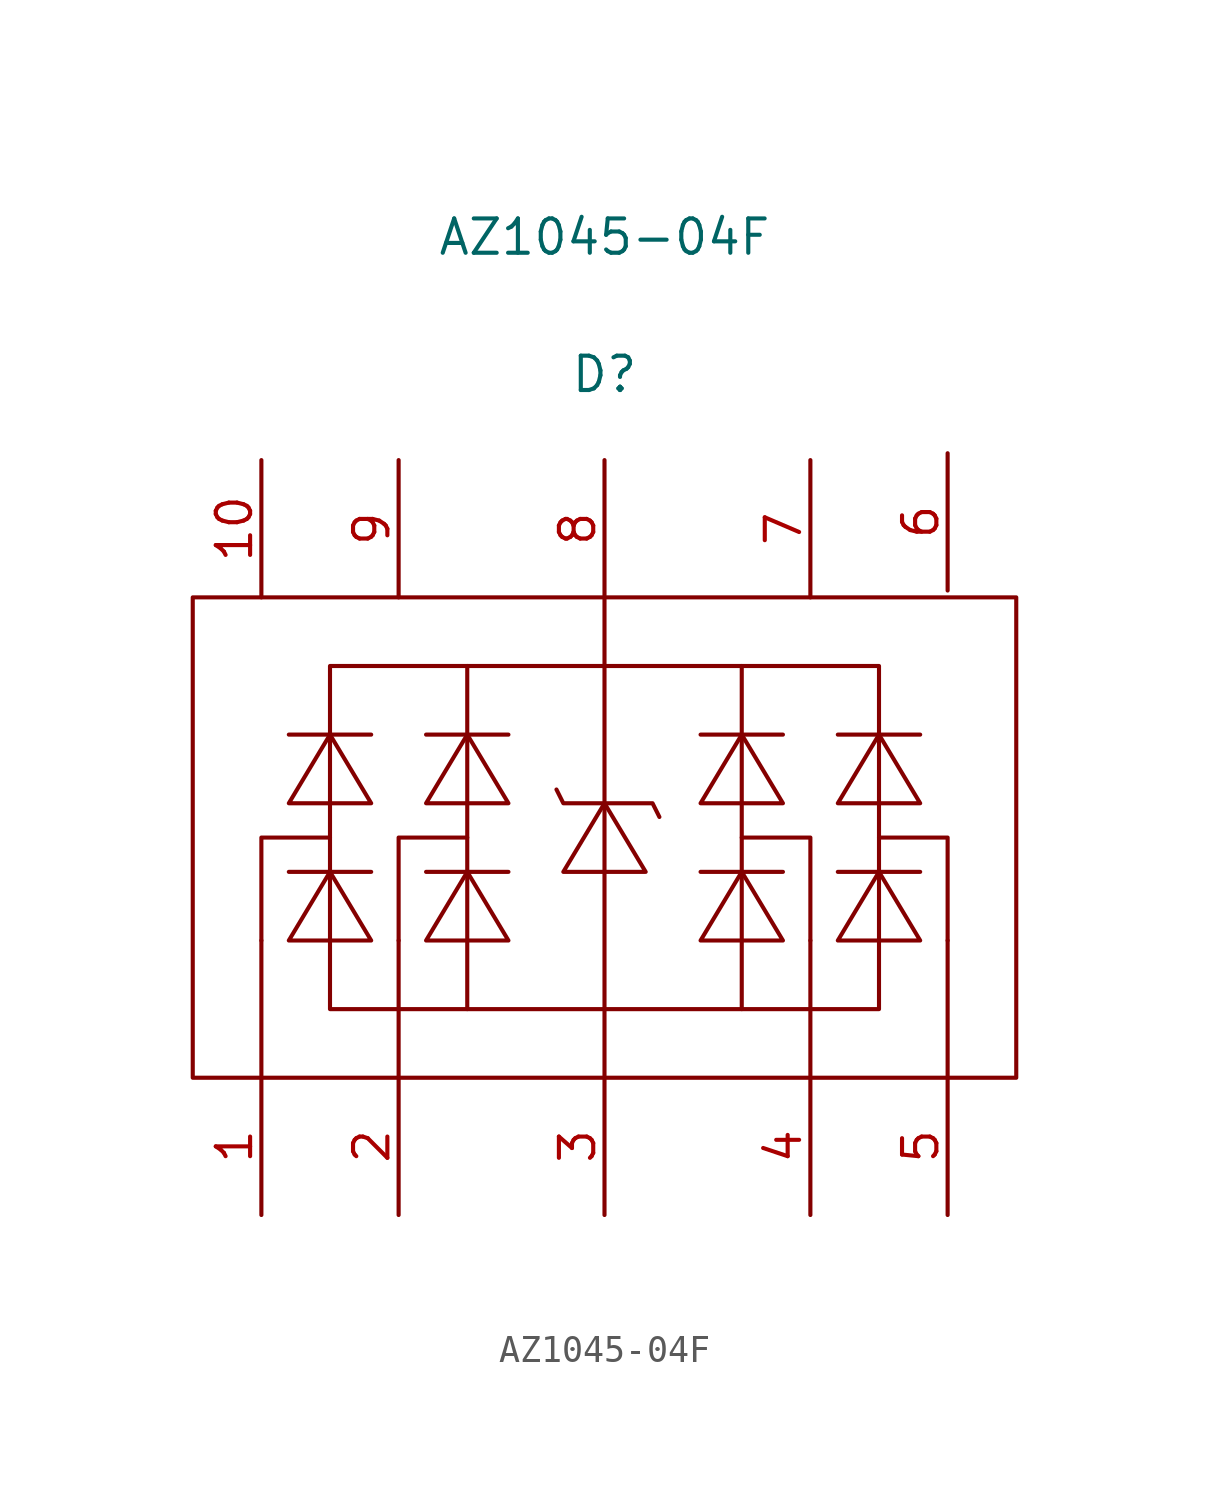
<source format=kicad_sym>
(kicad_symbol_lib
  (version 20231120)
  (generator "kicad_symbol_editor")
  (generator_version "8.0")
  (symbol "AZ1045-04F"
    (pin_names
      (offset 1.016) hide)
    (property "Reference" "D"
      (at 0 15.875 0)
      (effects (font (size 1.27 1.27))))
    (property "Value" "AZ1045-04F"
      (at 0 20.955 0)
      (effects (font (size 1.27 1.27))))
    (symbol "AZ1045-04F_1_1"
      (rectangle (start -15.24 7.62) (end 15.24 -10.16) (stroke (width 0.152) (type solid)) (fill (type none)))
      (polyline (pts (xy -12.7 -5.08) (xy -12.7 -10.16)) (stroke (width 0.152) (type solid)) (fill (type none)))
      (polyline (pts (xy -11.684 -2.54) (xy -8.636 -2.54)) (stroke (width 0.152) (type solid)) (fill (type none)))
      (polyline (pts (xy -11.684 2.54) (xy -8.636 2.54)) (stroke (width 0.152) (type solid)) (fill (type none)))
      (polyline (pts (xy -7.62 -5.08) (xy -7.62 -10.16)) (stroke (width 0.152) (type solid)) (fill (type none)))
      (polyline (pts (xy -6.604 -2.54) (xy -3.556 -2.54)) (stroke (width 0.152) (type solid)) (fill (type none)))
      (polyline (pts (xy -6.604 2.54) (xy -3.556 2.54)) (stroke (width 0.152) (type solid)) (fill (type none)))
      (polyline (pts (xy -5.08 5.08) (xy -5.08 -7.62)) (stroke (width 0.152) (type solid)) (fill (type none)))
      (polyline (pts (xy 0 -7.62) (xy 0 -10.16)) (stroke (width 0.152) (type solid)) (fill (type none)))
      (polyline (pts (xy 0 5.08) (xy 0 -7.62)) (stroke (width 0.152) (type solid)) (fill (type none)))
      (polyline (pts (xy 0 5.08) (xy 0 7.62)) (stroke (width 0.152) (type solid)) (fill (type none)))
      (polyline (pts (xy 3.556 -2.54) (xy 6.604 -2.54)) (stroke (width 0.152) (type solid)) (fill (type none)))
      (polyline (pts (xy 3.556 2.54) (xy 6.604 2.54)) (stroke (width 0.152) (type solid)) (fill (type none)))
      (polyline (pts (xy 5.08 5.08) (xy 5.08 -7.62)) (stroke (width 0.152) (type solid)) (fill (type none)))
      (polyline (pts (xy 7.62 -5.08) (xy 7.62 -10.16)) (stroke (width 0.152) (type solid)) (fill (type none)))
      (polyline (pts (xy 8.636 -2.54) (xy 11.684 -2.54)) (stroke (width 0.152) (type solid)) (fill (type none)))
      (polyline (pts (xy 8.636 2.54) (xy 11.684 2.54)) (stroke (width 0.152) (type solid)) (fill (type none)))
      (polyline (pts (xy 12.7 -5.08) (xy 12.7 -10.16)) (stroke (width 0.152) (type solid)) (fill (type none)))
      (polyline (pts (xy -10.16 -1.27) (xy -12.7 -1.27) (xy -12.7 -5.08)) (stroke (width 0.152) (type solid)) (fill (type none)))
      (polyline (pts (xy -5.08 -1.27) (xy -7.62 -1.27) (xy -7.62 -5.08)) (stroke (width 0.152) (type solid)) (fill (type none)))
      (polyline (pts (xy 5.08 -1.27) (xy 7.62 -1.27) (xy 7.62 -5.08)) (stroke (width 0.152) (type solid)) (fill (type none)))
      (polyline (pts (xy 10.16 -1.27) (xy 12.7 -1.27) (xy 12.7 -5.08)) (stroke (width 0.152) (type solid)) (fill (type none)))
      (polyline (pts (xy -8.636 -5.08) (xy -10.16 -2.54) (xy -11.684 -5.08) (xy -8.636 -5.08)) (stroke (width 0.152) (type solid)) (fill (type none)))
      (polyline (pts (xy -8.636 0) (xy -10.16 2.54) (xy -11.684 0) (xy -8.636 0)) (stroke (width 0.152) (type solid)) (fill (type none)))
      (polyline (pts (xy -3.556 -5.08) (xy -5.08 -2.54) (xy -6.604 -5.08) (xy -3.556 -5.08)) (stroke (width 0.152) (type solid)) (fill (type none)))
      (polyline (pts (xy -3.556 0) (xy -5.08 2.54) (xy -6.604 0) (xy -3.556 0)) (stroke (width 0.152) (type solid)) (fill (type none)))
      (polyline (pts (xy 1.524 -2.54) (xy 0 0) (xy -1.524 -2.54) (xy 1.524 -2.54)) (stroke (width 0.152) (type solid)) (fill (type none)))
      (polyline (pts (xy 2.032 -0.508) (xy 1.778 0) (xy -1.524 0) (xy -1.778 0.508)) (stroke (width 0.152) (type solid)) (fill (type none)))
      (polyline (pts (xy 6.604 -5.08) (xy 5.08 -2.54) (xy 3.556 -5.08) (xy 6.604 -5.08)) (stroke (width 0.152) (type solid)) (fill (type none)))
      (polyline (pts (xy 6.604 0) (xy 5.08 2.54) (xy 3.556 0) (xy 6.604 0)) (stroke (width 0.152) (type solid)) (fill (type none)))
      (polyline (pts (xy 11.684 -5.08) (xy 10.16 -2.54) (xy 8.636 -5.08) (xy 11.684 -5.08)) (stroke (width 0.152) (type solid)) (fill (type none)))
      (polyline (pts (xy 11.684 0) (xy 10.16 2.54) (xy 8.636 0) (xy 11.684 0)) (stroke (width 0.152) (type solid)) (fill (type none)))
      (polyline (pts (xy -10.16 2.54) (xy -10.16 5.08) (xy 10.16 5.08) (xy 10.16 2.54) (xy 10.16 -7.62) (xy -10.16 -7.62) (xy -10.16 2.54)) (stroke (width 0.152) (type solid)) (fill (type none)))
      (pin input line (at -12.7 -15.24 90) (length 5.08) (name "I/O_1" (effects (font (size 1.27 1.27)))) (number "1" (effects (font (size 1.27 1.27)))))
      (pin input line (at -12.7 12.7 270) (length 5.08) (name "NC" (effects (font (size 1.27 1.27)))) (number "10" (effects (font (size 1.27 1.27)))))
      (pin input line (at -7.62 -15.24 90) (length 5.08) (name "I/O_2" (effects (font (size 1.27 1.27)))) (number "2" (effects (font (size 1.27 1.27)))))
      (pin input line (at 0 -15.24 90) (length 5.08) (name "GND" (effects (font (size 1.27 1.27)))) (number "3" (effects (font (size 1.27 1.27)))))
      (pin input line (at 7.62 -15.24 90) (length 5.08) (name "I/O_3" (effects (font (size 1.27 1.27)))) (number "4" (effects (font (size 1.27 1.27)))))
      (pin input line (at 12.7 -15.24 90) (length 5.08) (name "I/O_4" (effects (font (size 1.27 1.27)))) (number "5" (effects (font (size 1.27 1.27)))))
      (pin input line (at 12.7 12.954 270) (length 5.08) (name "NC" (effects (font (size 1.27 1.27)))) (number "6" (effects (font (size 1.27 1.27)))))
      (pin input line (at 7.62 12.7 270) (length 5.08) (name "NC" (effects (font (size 1.27 1.27)))) (number "7" (effects (font (size 1.27 1.27)))))
      (pin input line (at 0 12.7 270) (length 5.08) (name "GND" (effects (font (size 1.27 1.27)))) (number "8" (effects (font (size 1.27 1.27)))))
      (pin input line (at -7.62 12.7 270) (length 5.08) (name "NC" (effects (font (size 1.27 1.27)))) (number "9" (effects (font (size 1.27 1.27))))))))
</source>
